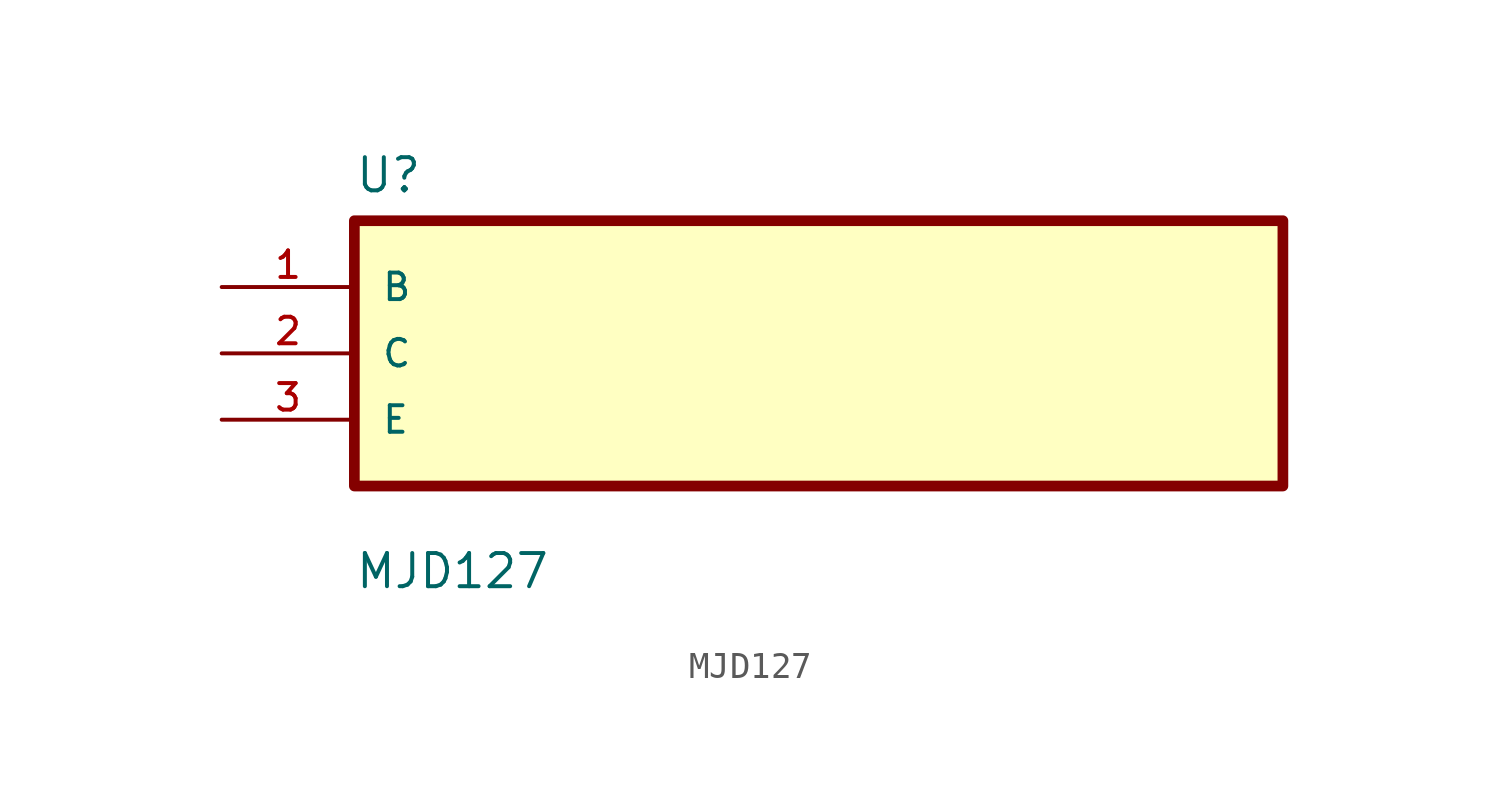
<source format=kicad_sym>
(kicad_symbol_lib
  (version 20211014)
  (generator kicad_symbol_editor)
  (symbol "MJD127"
    (pin_names
      (offset 1.016))
    (property "Reference" "U"
      (at -17.78 6.08 0.0)
      (effects (font (size 1.27 1.27)) (justify bottom left)))
    (property "Value" "MJD127"
      (at -17.78 -9.08 0.0)
      (effects (font (size 1.27 1.27)) (justify bottom left)))
    (symbol "MJD127_0_0"
      (rectangle (start -17.78 -5.08) (end 17.78 5.08) (stroke (width 0.41)) (fill (type background)))
      (pin bidirectional line (at -22.86 2.54 0) (length 5.08) (name "B" (effects (font (size 1.016 1.016)))) (number "1" (effects (font (size 1.016 1.016)))))
      (pin bidirectional line (at -22.86 0.0 0) (length 5.08) (name "C" (effects (font (size 1.016 1.016)))) (number "2" (effects (font (size 1.016 1.016)))))
      (pin bidirectional line (at -22.86 -2.54 0) (length 5.08) (name "E" (effects (font (size 1.016 1.016)))) (number "3" (effects (font (size 1.016 1.016))))))))
</source>
